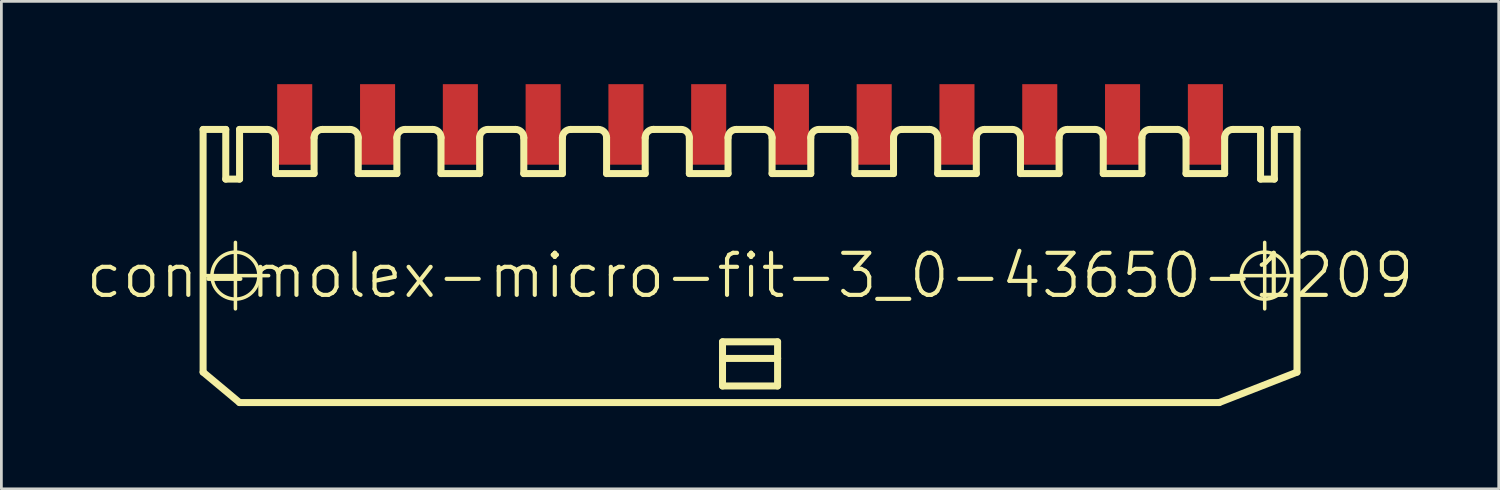
<source format=kicad_pcb>
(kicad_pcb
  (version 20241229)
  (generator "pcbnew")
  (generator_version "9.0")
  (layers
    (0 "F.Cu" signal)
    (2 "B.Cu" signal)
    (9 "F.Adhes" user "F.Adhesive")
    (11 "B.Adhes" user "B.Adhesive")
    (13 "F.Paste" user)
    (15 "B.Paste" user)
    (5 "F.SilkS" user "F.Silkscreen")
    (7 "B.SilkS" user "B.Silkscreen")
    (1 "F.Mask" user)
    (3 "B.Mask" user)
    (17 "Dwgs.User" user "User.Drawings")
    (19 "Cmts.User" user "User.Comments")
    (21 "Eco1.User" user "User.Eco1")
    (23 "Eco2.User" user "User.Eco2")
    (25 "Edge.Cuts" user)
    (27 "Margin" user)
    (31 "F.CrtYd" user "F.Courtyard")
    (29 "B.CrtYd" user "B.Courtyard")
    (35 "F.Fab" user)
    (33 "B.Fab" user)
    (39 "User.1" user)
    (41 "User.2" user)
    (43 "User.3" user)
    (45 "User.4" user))
  (footprint "con-molex-micro-fit-3_0-43650-1209"
    (layer "F.Cu")
    (at 24.13 6.938)
    (property "Reference" "con-molex-micro-fit-3_0-43650-1209" (at 0 0 0) (layer "F.SilkS") (effects (font (size 1.524 1.524) (thickness 0.15))))
    (attr smd)
    (fp_line (start -19.853 0) (end -17.445 0) (stroke (width 0.127) (type solid)) (layer "F.SilkS"))
    (fp_line (start -19.82 -5.298) (end -18.999 -5.298) (stroke (width 0.254) (type solid)) (layer "F.SilkS"))
    (fp_line (start -19.82 3.498) (end -19.82 -5.298) (stroke (width 0.254) (type solid)) (layer "F.SilkS"))
    (fp_line (start -19.82 3.498) (end -18.499 4.6) (stroke (width 0.254) (type solid)) (layer "F.SilkS"))
    (fp_line (start -18.999 -5.298) (end -18.999 -3.498) (stroke (width 0.254) (type solid)) (layer "F.SilkS"))
    (fp_line (start -18.999 -3.498) (end -18.499 -3.498) (stroke (width 0.254) (type solid)) (layer "F.SilkS"))
    (fp_line (start -18.649 1.204) (end -18.649 -1.204) (stroke (width 0.127) (type solid)) (layer "F.SilkS"))
    (fp_line (start -18.499 -5.298) (end -17.498 -5.298) (stroke (width 0.254) (type solid)) (layer "F.SilkS"))
    (fp_line (start -18.499 -3.498) (end -18.499 -5.298) (stroke (width 0.254) (type solid)) (layer "F.SilkS"))
    (fp_line (start -17.198 -3.698) (end -17.198 -4.999) (stroke (width 0.254) (type solid)) (layer "F.SilkS"))
    (fp_line (start -17.198 -3.698) (end -15.799 -3.698) (stroke (width 0.254) (type solid)) (layer "F.SilkS"))
    (fp_line (start -15.799 -3.698) (end -15.799 -4.999) (stroke (width 0.254) (type solid)) (layer "F.SilkS"))
    (fp_line (start -15.499 -5.298) (end -14.498 -5.298) (stroke (width 0.254) (type solid)) (layer "F.SilkS"))
    (fp_line (start -14.199 -3.698) (end -14.199 -4.999) (stroke (width 0.254) (type solid)) (layer "F.SilkS"))
    (fp_line (start -14.199 -3.698) (end -12.799 -3.698) (stroke (width 0.254) (type solid)) (layer "F.SilkS"))
    (fp_line (start -12.799 -3.698) (end -12.799 -4.999) (stroke (width 0.254) (type solid)) (layer "F.SilkS"))
    (fp_line (start -12.499 -5.298) (end -11.499 -5.298) (stroke (width 0.254) (type solid)) (layer "F.SilkS"))
    (fp_line (start -11.199 -3.698) (end -11.199 -4.999) (stroke (width 0.254) (type solid)) (layer "F.SilkS"))
    (fp_line (start -11.199 -3.698) (end -9.799 -3.698) (stroke (width 0.254) (type solid)) (layer "F.SilkS"))
    (fp_line (start -9.799 -3.698) (end -9.799 -4.999) (stroke (width 0.254) (type solid)) (layer "F.SilkS"))
    (fp_line (start -9.5 -5.298) (end -8.499 -5.298) (stroke (width 0.254) (type solid)) (layer "F.SilkS"))
    (fp_line (start -8.199 -3.698) (end -8.199 -4.999) (stroke (width 0.254) (type solid)) (layer "F.SilkS"))
    (fp_line (start -8.199 -3.698) (end -6.8 -3.698) (stroke (width 0.254) (type solid)) (layer "F.SilkS"))
    (fp_line (start -6.8 -3.698) (end -6.8 -4.999) (stroke (width 0.254) (type solid)) (layer "F.SilkS"))
    (fp_line (start -6.5 -5.298) (end -5.499 -5.298) (stroke (width 0.254) (type solid)) (layer "F.SilkS"))
    (fp_line (start -5.199 -3.698) (end -5.199 -4.999) (stroke (width 0.254) (type solid)) (layer "F.SilkS"))
    (fp_line (start -5.199 -3.698) (end -3.8 -3.698) (stroke (width 0.254) (type solid)) (layer "F.SilkS"))
    (fp_line (start -3.8 -3.698) (end -3.8 -4.999) (stroke (width 0.254) (type solid)) (layer "F.SilkS"))
    (fp_line (start -3.498 -5.298) (end -2.499 -5.298) (stroke (width 0.254) (type solid)) (layer "F.SilkS"))
    (fp_line (start -2.2 -3.698) (end -2.2 -4.999) (stroke (width 0.254) (type solid)) (layer "F.SilkS"))
    (fp_line (start -2.2 -3.698) (end -0.798 -3.698) (stroke (width 0.254) (type solid)) (layer "F.SilkS"))
    (fp_line (start -0.998 2.398) (end 0.998 2.398) (stroke (width 0.254) (type solid)) (layer "F.SilkS"))
    (fp_line (start -0.998 3) (end -0.998 2.398) (stroke (width 0.254) (type solid)) (layer "F.SilkS"))
    (fp_line (start -0.998 3) (end 0.998 3) (stroke (width 0.254) (type solid)) (layer "F.SilkS"))
    (fp_line (start -0.998 3.998) (end -0.998 3) (stroke (width 0.254) (type solid)) (layer "F.SilkS"))
    (fp_line (start -0.798 -3.698) (end -0.798 -4.999) (stroke (width 0.254) (type solid)) (layer "F.SilkS"))
    (fp_line (start -0.498 -5.298) (end 0.498 -5.298) (stroke (width 0.254) (type solid)) (layer "F.SilkS"))
    (fp_line (start 0.798 -3.698) (end 0.798 -4.999) (stroke (width 0.254) (type solid)) (layer "F.SilkS"))
    (fp_line (start 0.798 -3.698) (end 2.2 -3.698) (stroke (width 0.254) (type solid)) (layer "F.SilkS"))
    (fp_line (start 0.998 2.398) (end 0.998 3) (stroke (width 0.254) (type solid)) (layer "F.SilkS"))
    (fp_line (start 0.998 3) (end 0.998 3.998) (stroke (width 0.254) (type solid)) (layer "F.SilkS"))
    (fp_line (start 0.998 3.998) (end -0.998 3.998) (stroke (width 0.254) (type solid)) (layer "F.SilkS"))
    (fp_line (start 2.2 -3.698) (end 2.2 -4.999) (stroke (width 0.254) (type solid)) (layer "F.SilkS"))
    (fp_line (start 2.499 -5.298) (end 3.498 -5.298) (stroke (width 0.254) (type solid)) (layer "F.SilkS"))
    (fp_line (start 3.8 -3.698) (end 3.8 -4.999) (stroke (width 0.254) (type solid)) (layer "F.SilkS"))
    (fp_line (start 3.8 -3.698) (end 5.199 -3.698) (stroke (width 0.254) (type solid)) (layer "F.SilkS"))
    (fp_line (start 5.199 -3.698) (end 5.199 -4.999) (stroke (width 0.254) (type solid)) (layer "F.SilkS"))
    (fp_line (start 5.499 -5.298) (end 6.5 -5.298) (stroke (width 0.254) (type solid)) (layer "F.SilkS"))
    (fp_line (start 6.8 -3.698) (end 6.8 -4.999) (stroke (width 0.254) (type solid)) (layer "F.SilkS"))
    (fp_line (start 6.8 -3.698) (end 8.199 -3.698) (stroke (width 0.254) (type solid)) (layer "F.SilkS"))
    (fp_line (start 8.199 -3.698) (end 8.199 -4.999) (stroke (width 0.254) (type solid)) (layer "F.SilkS"))
    (fp_line (start 8.499 -5.298) (end 9.5 -5.298) (stroke (width 0.254) (type solid)) (layer "F.SilkS"))
    (fp_line (start 9.799 -3.698) (end 9.799 -4.999) (stroke (width 0.254) (type solid)) (layer "F.SilkS"))
    (fp_line (start 9.799 -3.698) (end 11.199 -3.698) (stroke (width 0.254) (type solid)) (layer "F.SilkS"))
    (fp_line (start 11.199 -3.698) (end 11.199 -4.999) (stroke (width 0.254) (type solid)) (layer "F.SilkS"))
    (fp_line (start 11.499 -5.298) (end 12.499 -5.298) (stroke (width 0.254) (type solid)) (layer "F.SilkS"))
    (fp_line (start 12.799 -3.698) (end 12.799 -4.999) (stroke (width 0.254) (type solid)) (layer "F.SilkS"))
    (fp_line (start 12.799 -3.698) (end 14.199 -3.698) (stroke (width 0.254) (type solid)) (layer "F.SilkS"))
    (fp_line (start 14.199 -3.698) (end 14.199 -4.999) (stroke (width 0.254) (type solid)) (layer "F.SilkS"))
    (fp_line (start 14.498 -5.298) (end 15.499 -5.298) (stroke (width 0.254) (type solid)) (layer "F.SilkS"))
    (fp_line (start 15.799 -4.999) (end 15.799 -3.698) (stroke (width 0.254) (type solid)) (layer "F.SilkS"))
    (fp_line (start 15.799 -3.698) (end 17.198 -3.698) (stroke (width 0.254) (type solid)) (layer "F.SilkS"))
    (fp_line (start 16.998 4.6) (end -18.499 4.6) (stroke (width 0.254) (type solid)) (layer "F.SilkS"))
    (fp_line (start 17.198 -3.698) (end 17.198 -4.999) (stroke (width 0.254) (type solid)) (layer "F.SilkS"))
    (fp_line (start 17.445 0) (end 19.853 0) (stroke (width 0.127) (type solid)) (layer "F.SilkS"))
    (fp_line (start 17.498 -5.298) (end 18.499 -5.298) (stroke (width 0.254) (type solid)) (layer "F.SilkS"))
    (fp_line (start 18.499 -3.498) (end 18.499 -5.298) (stroke (width 0.254) (type solid)) (layer "F.SilkS"))
    (fp_line (start 18.649 1.204) (end 18.649 -1.204) (stroke (width 0.127) (type solid)) (layer "F.SilkS"))
    (fp_line (start 18.999 -5.298) (end 18.999 -3.498) (stroke (width 0.254) (type solid)) (layer "F.SilkS"))
    (fp_line (start 18.999 -5.298) (end 19.82 -5.298) (stroke (width 0.254) (type solid)) (layer "F.SilkS"))
    (fp_line (start 18.999 -3.498) (end 18.499 -3.498) (stroke (width 0.254) (type solid)) (layer "F.SilkS"))
    (fp_line (start 19.82 -5.298) (end 19.82 3.498) (stroke (width 0.254) (type solid)) (layer "F.SilkS"))
    (fp_line (start 19.82 3.498) (end 16.998 4.6) (stroke (width 0.254) (type solid)) (layer "F.SilkS"))
    (fp_arc (start -17.49806 -5.29844) (mid -17.286126 -5.210654) (end -17.19834 -4.99872) (stroke (width 0.254) (type solid)) (layer "F.SilkS"))
    (fp_arc (start -15.7988 -4.99872) (mid -15.711014 -5.210654) (end -15.49908 -5.29844) (stroke (width 0.254) (type solid)) (layer "F.SilkS"))
    (fp_arc (start -14.49832 -5.29844) (mid -14.286386 -5.210654) (end -14.1986 -4.99872) (stroke (width 0.254) (type solid)) (layer "F.SilkS"))
    (fp_arc (start -12.79906 -4.99872) (mid -12.711274 -5.210654) (end -12.49934 -5.29844) (stroke (width 0.254) (type solid)) (layer "F.SilkS"))
    (fp_arc (start -11.49858 -5.29844) (mid -11.286646 -5.210654) (end -11.19886 -4.99872) (stroke (width 0.254) (type solid)) (layer "F.SilkS"))
    (fp_arc (start -9.79932 -4.99872) (mid -9.711534 -5.210654) (end -9.4996 -5.29844) (stroke (width 0.254) (type solid)) (layer "F.SilkS"))
    (fp_arc (start -8.49884 -5.29844) (mid -8.286906 -5.210654) (end -8.19912 -4.99872) (stroke (width 0.254) (type solid)) (layer "F.SilkS"))
    (fp_arc (start -6.79958 -4.99872) (mid -6.711794 -5.210654) (end -6.49986 -5.29844) (stroke (width 0.254) (type solid)) (layer "F.SilkS"))
    (fp_arc (start -5.4991 -5.29844) (mid -5.287166 -5.210654) (end -5.19938 -4.99872) (stroke (width 0.254) (type solid)) (layer "F.SilkS"))
    (fp_arc (start -3.79984 -4.99872) (mid -3.71131 -5.21245) (end -3.49758 -5.30098) (stroke (width 0.254) (type solid)) (layer "F.SilkS"))
    (fp_arc (start -2.49936 -5.29844) (mid -2.287426 -5.210654) (end -2.19964 -4.99872) (stroke (width 0.254) (type solid)) (layer "F.SilkS"))
    (fp_arc (start -0.79756 -4.99872) (mid -0.709774 -5.210654) (end -0.49784 -5.29844) (stroke (width 0.254) (type solid)) (layer "F.SilkS"))
    (fp_arc (start 0.49784 -5.29844) (mid 0.709774 -5.210654) (end 0.79756 -4.99872) (stroke (width 0.254) (type solid)) (layer "F.SilkS"))
    (fp_arc (start 2.19964 -4.99872) (mid 2.287426 -5.210654) (end 2.49936 -5.29844) (stroke (width 0.254) (type solid)) (layer "F.SilkS"))
    (fp_arc (start 3.49758 -5.29844) (mid 3.709514 -5.210654) (end 3.7973 -4.99872) (stroke (width 0.254) (type solid)) (layer "F.SilkS"))
    (fp_arc (start 5.19938 -4.99872) (mid 5.287166 -5.210654) (end 5.4991 -5.29844) (stroke (width 0.254) (type solid)) (layer "F.SilkS"))
    (fp_arc (start 6.49986 -5.29844) (mid 6.711794 -5.210654) (end 6.79958 -4.99872) (stroke (width 0.254) (type solid)) (layer "F.SilkS"))
    (fp_arc (start 8.19912 -4.99872) (mid 8.286906 -5.210654) (end 8.49884 -5.29844) (stroke (width 0.254) (type solid)) (layer "F.SilkS"))
    (fp_arc (start 9.4996 -5.29844) (mid 9.711534 -5.210654) (end 9.79932 -4.99872) (stroke (width 0.254) (type solid)) (layer "F.SilkS"))
    (fp_arc (start 11.19886 -4.99872) (mid 11.286646 -5.210654) (end 11.49858 -5.29844) (stroke (width 0.254) (type solid)) (layer "F.SilkS"))
    (fp_arc (start 12.49934 -5.29844) (mid 12.711274 -5.210654) (end 12.79906 -4.99872) (stroke (width 0.254) (type solid)) (layer "F.SilkS"))
    (fp_arc (start 14.1986 -4.99872) (mid 14.286386 -5.210654) (end 14.49832 -5.29844) (stroke (width 0.254) (type solid)) (layer "F.SilkS"))
    (fp_arc (start 15.49908 -5.29844) (mid 15.699145 -5.197943) (end 15.798969 -4.997541) (stroke (width 0.254) (type solid)) (layer "F.SilkS"))
    (fp_arc (start 17.19834 -4.99872) (mid 17.286126 -5.210654) (end 17.49806 -5.29844) (stroke (width 0.254) (type solid)) (layer "F.SilkS"))
    (fp_circle (center -18.649 0) (end -19.251 0.602) (stroke (width 0.127) (type solid)) (fill no) (layer "F.SilkS"))
    (fp_circle (center 18.649 0) (end 19.251 0.602) (stroke (width 0.127) (type solid)) (fill no) (layer "F.SilkS"))
    (pad "P$1" smd rect (at 16.5 -5.479) (size 1.27 2.918) (layers "F.Cu" "F.Mask" "F.Paste"))
    (pad "P$2" smd rect (at 13.498 -5.479) (size 1.27 2.918) (layers "F.Cu" "F.Mask" "F.Paste"))
    (pad "P$3" smd rect (at 10.498 -5.479) (size 1.27 2.918) (layers "F.Cu" "F.Mask" "F.Paste"))
    (pad "P$4" smd rect (at 7.498 -5.479) (size 1.27 2.918) (layers "F.Cu" "F.Mask" "F.Paste"))
    (pad "P$5" smd rect (at 4.498 -5.479) (size 1.27 2.918) (layers "F.Cu" "F.Mask" "F.Paste"))
    (pad "P$6" smd rect (at 1.499 -5.479) (size 1.27 2.918) (layers "F.Cu" "F.Mask" "F.Paste"))
    (pad "P$7" smd rect (at -1.499 -5.479) (size 1.27 2.918) (layers "F.Cu" "F.Mask" "F.Paste"))
    (pad "P$8" smd rect (at -4.498 -5.479) (size 1.27 2.918) (layers "F.Cu" "F.Mask" "F.Paste"))
    (pad "P$9" smd rect (at -7.498 -5.479) (size 1.27 2.918) (layers "F.Cu" "F.Mask" "F.Paste"))
    (pad "P$10" smd rect (at -10.498 -5.479) (size 1.27 2.918) (layers "F.Cu" "F.Mask" "F.Paste"))
    (pad "P$11" smd rect (at -13.498 -5.479) (size 1.27 2.918) (layers "F.Cu" "F.Mask" "F.Paste"))
    (pad "P$12" smd rect (at -16.5 -5.479) (size 1.27 2.918) (layers "F.Cu" "F.Mask" "F.Paste")))
  (gr_rect
    (start -3 -3)
    (end 51.26 14.665)
    (stroke (width 0.1) (type default))
    (fill no)
    (layer "Edge.Cuts")))
</source>
